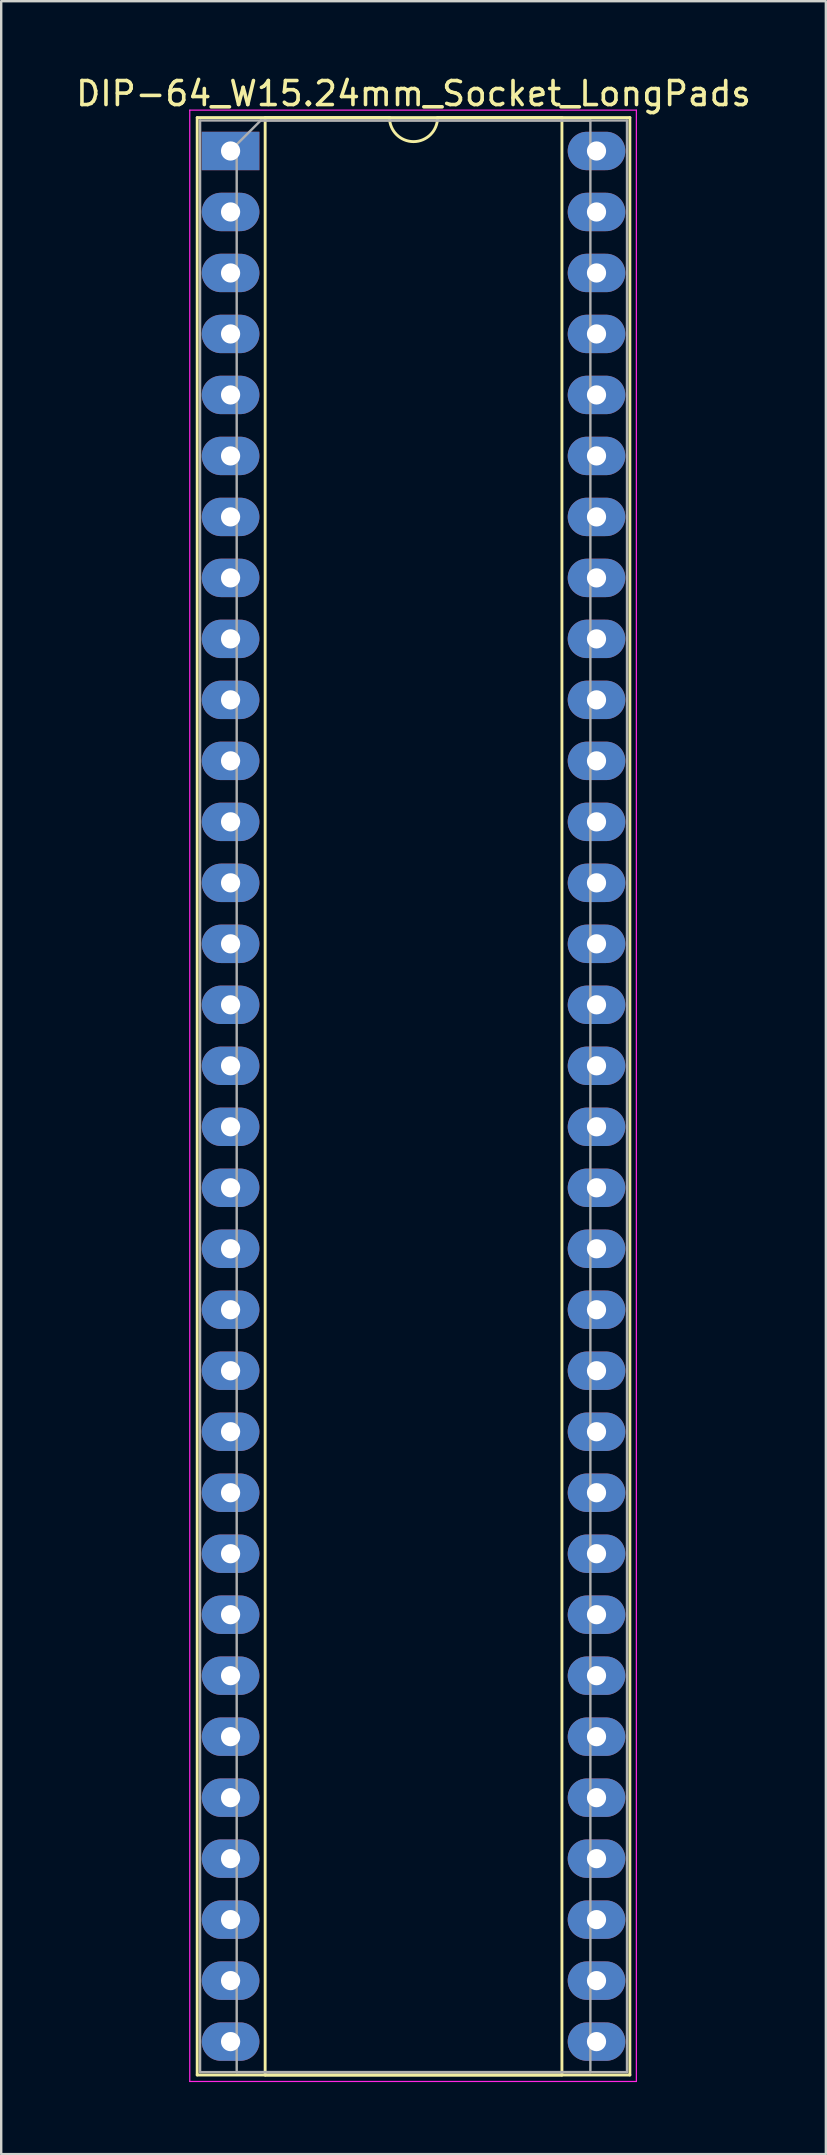
<source format=kicad_pcb>
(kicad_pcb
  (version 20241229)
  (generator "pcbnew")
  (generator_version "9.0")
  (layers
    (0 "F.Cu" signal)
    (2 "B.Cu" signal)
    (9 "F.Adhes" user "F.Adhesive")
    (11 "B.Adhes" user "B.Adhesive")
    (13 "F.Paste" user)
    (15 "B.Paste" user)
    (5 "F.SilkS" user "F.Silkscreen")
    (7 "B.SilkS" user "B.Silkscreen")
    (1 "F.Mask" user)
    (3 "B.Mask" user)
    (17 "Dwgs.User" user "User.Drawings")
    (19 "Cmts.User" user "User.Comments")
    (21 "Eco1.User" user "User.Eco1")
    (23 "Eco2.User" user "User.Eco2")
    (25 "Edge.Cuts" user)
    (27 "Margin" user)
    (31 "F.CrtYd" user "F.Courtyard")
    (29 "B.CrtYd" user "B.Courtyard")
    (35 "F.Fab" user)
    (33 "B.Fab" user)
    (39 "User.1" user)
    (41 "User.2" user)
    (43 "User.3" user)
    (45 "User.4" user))
  (footprint "DIP-64_W15.24mm_Socket_LongPads"
    (layer "F.Cu")
    (at 6.553 3.238)
    (property "Reference" "DIP-64_W15.24mm_Socket_LongPads" (at 7.62 -2.39 0) (layer "F.SilkS") (effects (font (size 1 1) (thickness 0.15))))
    (attr through_hole)
    (fp_line (start -1.39 -1.39) (end -1.39 80.13) (stroke (width 0.12) (type solid)) (layer "F.SilkS"))
    (fp_line (start -1.39 80.13) (end 16.63 80.13) (stroke (width 0.12) (type solid)) (layer "F.SilkS"))
    (fp_line (start 1.44 -1.39) (end 1.44 80.13) (stroke (width 0.12) (type solid)) (layer "F.SilkS"))
    (fp_line (start 1.44 80.13) (end 13.8 80.13) (stroke (width 0.12) (type solid)) (layer "F.SilkS"))
    (fp_line (start 6.62 -1.39) (end 1.44 -1.39) (stroke (width 0.12) (type solid)) (layer "F.SilkS"))
    (fp_line (start 13.8 -1.39) (end 8.62 -1.39) (stroke (width 0.12) (type solid)) (layer "F.SilkS"))
    (fp_line (start 13.8 80.13) (end 13.8 -1.39) (stroke (width 0.12) (type solid)) (layer "F.SilkS"))
    (fp_line (start 16.63 -1.39) (end -1.39 -1.39) (stroke (width 0.12) (type solid)) (layer "F.SilkS"))
    (fp_line (start 16.63 80.13) (end 16.63 -1.39) (stroke (width 0.12) (type solid)) (layer "F.SilkS"))
    (fp_arc (start 8.62 -1.39) (mid 7.62 -0.39) (end 6.62 -1.39) (stroke (width 0.12) (type solid)) (layer "F.SilkS"))
    (fp_line (start -1.7 -1.7) (end -1.7 80.4) (stroke (width 0.05) (type solid)) (layer "F.CrtYd"))
    (fp_line (start -1.7 80.4) (end 16.9 80.4) (stroke (width 0.05) (type solid)) (layer "F.CrtYd"))
    (fp_line (start 16.9 -1.7) (end -1.7 -1.7) (stroke (width 0.05) (type solid)) (layer "F.CrtYd"))
    (fp_line (start 16.9 80.4) (end 16.9 -1.7) (stroke (width 0.05) (type solid)) (layer "F.CrtYd"))
    (fp_line (start -1.27 -1.27) (end -1.27 80.01) (stroke (width 0.1) (type solid)) (layer "F.Fab"))
    (fp_line (start -1.27 80.01) (end 16.51 80.01) (stroke (width 0.1) (type solid)) (layer "F.Fab"))
    (fp_line (start 0.255 -0.27) (end 1.255 -1.27) (stroke (width 0.1) (type solid)) (layer "F.Fab"))
    (fp_line (start 0.255 80.01) (end 0.255 -0.27) (stroke (width 0.1) (type solid)) (layer "F.Fab"))
    (fp_line (start 1.255 -1.27) (end 14.985 -1.27) (stroke (width 0.1) (type solid)) (layer "F.Fab"))
    (fp_line (start 14.985 -1.27) (end 14.985 80.01) (stroke (width 0.1) (type solid)) (layer "F.Fab"))
    (fp_line (start 14.985 80.01) (end 0.255 80.01) (stroke (width 0.1) (type solid)) (layer "F.Fab"))
    (fp_line (start 16.51 -1.27) (end -1.27 -1.27) (stroke (width 0.1) (type solid)) (layer "F.Fab"))
    (fp_line (start 16.51 80.01) (end 16.51 -1.27) (stroke (width 0.1) (type solid)) (layer "F.Fab"))
    (pad "1" thru_hole rect (at 0 0) (size 2.4 1.6) (drill 0.8) (layers "*.Cu" "*.Mask"))
    (pad "2" thru_hole oval (at 0 2.54) (size 2.4 1.6) (drill 0.8) (layers "*.Cu" "*.Mask"))
    (pad "3" thru_hole oval (at 0 5.08) (size 2.4 1.6) (drill 0.8) (layers "*.Cu" "*.Mask"))
    (pad "4" thru_hole oval (at 0 7.62) (size 2.4 1.6) (drill 0.8) (layers "*.Cu" "*.Mask"))
    (pad "5" thru_hole oval (at 0 10.16) (size 2.4 1.6) (drill 0.8) (layers "*.Cu" "*.Mask"))
    (pad "6" thru_hole oval (at 0 12.7) (size 2.4 1.6) (drill 0.8) (layers "*.Cu" "*.Mask"))
    (pad "7" thru_hole oval (at 0 15.24) (size 2.4 1.6) (drill 0.8) (layers "*.Cu" "*.Mask"))
    (pad "8" thru_hole oval (at 0 17.78) (size 2.4 1.6) (drill 0.8) (layers "*.Cu" "*.Mask"))
    (pad "9" thru_hole oval (at 0 20.32) (size 2.4 1.6) (drill 0.8) (layers "*.Cu" "*.Mask"))
    (pad "10" thru_hole oval (at 0 22.86) (size 2.4 1.6) (drill 0.8) (layers "*.Cu" "*.Mask"))
    (pad "11" thru_hole oval (at 0 25.4) (size 2.4 1.6) (drill 0.8) (layers "*.Cu" "*.Mask"))
    (pad "12" thru_hole oval (at 0 27.94) (size 2.4 1.6) (drill 0.8) (layers "*.Cu" "*.Mask"))
    (pad "13" thru_hole oval (at 0 30.48) (size 2.4 1.6) (drill 0.8) (layers "*.Cu" "*.Mask"))
    (pad "14" thru_hole oval (at 0 33.02) (size 2.4 1.6) (drill 0.8) (layers "*.Cu" "*.Mask"))
    (pad "15" thru_hole oval (at 0 35.56) (size 2.4 1.6) (drill 0.8) (layers "*.Cu" "*.Mask"))
    (pad "16" thru_hole oval (at 0 38.1) (size 2.4 1.6) (drill 0.8) (layers "*.Cu" "*.Mask"))
    (pad "17" thru_hole oval (at 0 40.64) (size 2.4 1.6) (drill 0.8) (layers "*.Cu" "*.Mask"))
    (pad "18" thru_hole oval (at 0 43.18) (size 2.4 1.6) (drill 0.8) (layers "*.Cu" "*.Mask"))
    (pad "19" thru_hole oval (at 0 45.72) (size 2.4 1.6) (drill 0.8) (layers "*.Cu" "*.Mask"))
    (pad "20" thru_hole oval (at 0 48.26) (size 2.4 1.6) (drill 0.8) (layers "*.Cu" "*.Mask"))
    (pad "21" thru_hole oval (at 0 50.8) (size 2.4 1.6) (drill 0.8) (layers "*.Cu" "*.Mask"))
    (pad "22" thru_hole oval (at 0 53.34) (size 2.4 1.6) (drill 0.8) (layers "*.Cu" "*.Mask"))
    (pad "23" thru_hole oval (at 0 55.88) (size 2.4 1.6) (drill 0.8) (layers "*.Cu" "*.Mask"))
    (pad "24" thru_hole oval (at 0 58.42) (size 2.4 1.6) (drill 0.8) (layers "*.Cu" "*.Mask"))
    (pad "25" thru_hole oval (at 0 60.96) (size 2.4 1.6) (drill 0.8) (layers "*.Cu" "*.Mask"))
    (pad "26" thru_hole oval (at 0 63.5) (size 2.4 1.6) (drill 0.8) (layers "*.Cu" "*.Mask"))
    (pad "27" thru_hole oval (at 0 66.04) (size 2.4 1.6) (drill 0.8) (layers "*.Cu" "*.Mask"))
    (pad "28" thru_hole oval (at 0 68.58) (size 2.4 1.6) (drill 0.8) (layers "*.Cu" "*.Mask"))
    (pad "29" thru_hole oval (at 0 71.12) (size 2.4 1.6) (drill 0.8) (layers "*.Cu" "*.Mask"))
    (pad "30" thru_hole oval (at 0 73.66) (size 2.4 1.6) (drill 0.8) (layers "*.Cu" "*.Mask"))
    (pad "31" thru_hole oval (at 0 76.2) (size 2.4 1.6) (drill 0.8) (layers "*.Cu" "*.Mask"))
    (pad "32" thru_hole oval (at 0 78.74) (size 2.4 1.6) (drill 0.8) (layers "*.Cu" "*.Mask"))
    (pad "33" thru_hole oval (at 15.24 78.74) (size 2.4 1.6) (drill 0.8) (layers "*.Cu" "*.Mask"))
    (pad "34" thru_hole oval (at 15.24 76.2) (size 2.4 1.6) (drill 0.8) (layers "*.Cu" "*.Mask"))
    (pad "35" thru_hole oval (at 15.24 73.66) (size 2.4 1.6) (drill 0.8) (layers "*.Cu" "*.Mask"))
    (pad "36" thru_hole oval (at 15.24 71.12) (size 2.4 1.6) (drill 0.8) (layers "*.Cu" "*.Mask"))
    (pad "37" thru_hole oval (at 15.24 68.58) (size 2.4 1.6) (drill 0.8) (layers "*.Cu" "*.Mask"))
    (pad "38" thru_hole oval (at 15.24 66.04) (size 2.4 1.6) (drill 0.8) (layers "*.Cu" "*.Mask"))
    (pad "39" thru_hole oval (at 15.24 63.5) (size 2.4 1.6) (drill 0.8) (layers "*.Cu" "*.Mask"))
    (pad "40" thru_hole oval (at 15.24 60.96) (size 2.4 1.6) (drill 0.8) (layers "*.Cu" "*.Mask"))
    (pad "41" thru_hole oval (at 15.24 58.42) (size 2.4 1.6) (drill 0.8) (layers "*.Cu" "*.Mask"))
    (pad "42" thru_hole oval (at 15.24 55.88) (size 2.4 1.6) (drill 0.8) (layers "*.Cu" "*.Mask"))
    (pad "43" thru_hole oval (at 15.24 53.34) (size 2.4 1.6) (drill 0.8) (layers "*.Cu" "*.Mask"))
    (pad "44" thru_hole oval (at 15.24 50.8) (size 2.4 1.6) (drill 0.8) (layers "*.Cu" "*.Mask"))
    (pad "45" thru_hole oval (at 15.24 48.26) (size 2.4 1.6) (drill 0.8) (layers "*.Cu" "*.Mask"))
    (pad "46" thru_hole oval (at 15.24 45.72) (size 2.4 1.6) (drill 0.8) (layers "*.Cu" "*.Mask"))
    (pad "47" thru_hole oval (at 15.24 43.18) (size 2.4 1.6) (drill 0.8) (layers "*.Cu" "*.Mask"))
    (pad "48" thru_hole oval (at 15.24 40.64) (size 2.4 1.6) (drill 0.8) (layers "*.Cu" "*.Mask"))
    (pad "49" thru_hole oval (at 15.24 38.1) (size 2.4 1.6) (drill 0.8) (layers "*.Cu" "*.Mask"))
    (pad "50" thru_hole oval (at 15.24 35.56) (size 2.4 1.6) (drill 0.8) (layers "*.Cu" "*.Mask"))
    (pad "51" thru_hole oval (at 15.24 33.02) (size 2.4 1.6) (drill 0.8) (layers "*.Cu" "*.Mask"))
    (pad "52" thru_hole oval (at 15.24 30.48) (size 2.4 1.6) (drill 0.8) (layers "*.Cu" "*.Mask"))
    (pad "53" thru_hole oval (at 15.24 27.94) (size 2.4 1.6) (drill 0.8) (layers "*.Cu" "*.Mask"))
    (pad "54" thru_hole oval (at 15.24 25.4) (size 2.4 1.6) (drill 0.8) (layers "*.Cu" "*.Mask"))
    (pad "55" thru_hole oval (at 15.24 22.86) (size 2.4 1.6) (drill 0.8) (layers "*.Cu" "*.Mask"))
    (pad "56" thru_hole oval (at 15.24 20.32) (size 2.4 1.6) (drill 0.8) (layers "*.Cu" "*.Mask"))
    (pad "57" thru_hole oval (at 15.24 17.78) (size 2.4 1.6) (drill 0.8) (layers "*.Cu" "*.Mask"))
    (pad "58" thru_hole oval (at 15.24 15.24) (size 2.4 1.6) (drill 0.8) (layers "*.Cu" "*.Mask"))
    (pad "59" thru_hole oval (at 15.24 12.7) (size 2.4 1.6) (drill 0.8) (layers "*.Cu" "*.Mask"))
    (pad "60" thru_hole oval (at 15.24 10.16) (size 2.4 1.6) (drill 0.8) (layers "*.Cu" "*.Mask"))
    (pad "61" thru_hole oval (at 15.24 7.62) (size 2.4 1.6) (drill 0.8) (layers "*.Cu" "*.Mask"))
    (pad "62" thru_hole oval (at 15.24 5.08) (size 2.4 1.6) (drill 0.8) (layers "*.Cu" "*.Mask"))
    (pad "63" thru_hole oval (at 15.24 2.54) (size 2.4 1.6) (drill 0.8) (layers "*.Cu" "*.Mask"))
    (pad "64" thru_hole oval (at 15.24 0) (size 2.4 1.6) (drill 0.8) (layers "*.Cu" "*.Mask")))
  (gr_rect
    (start -3 -3)
    (end 31.345 86.663)
    (stroke (width 0.1) (type default))
    (fill no)
    (layer "Edge.Cuts")))
</source>
